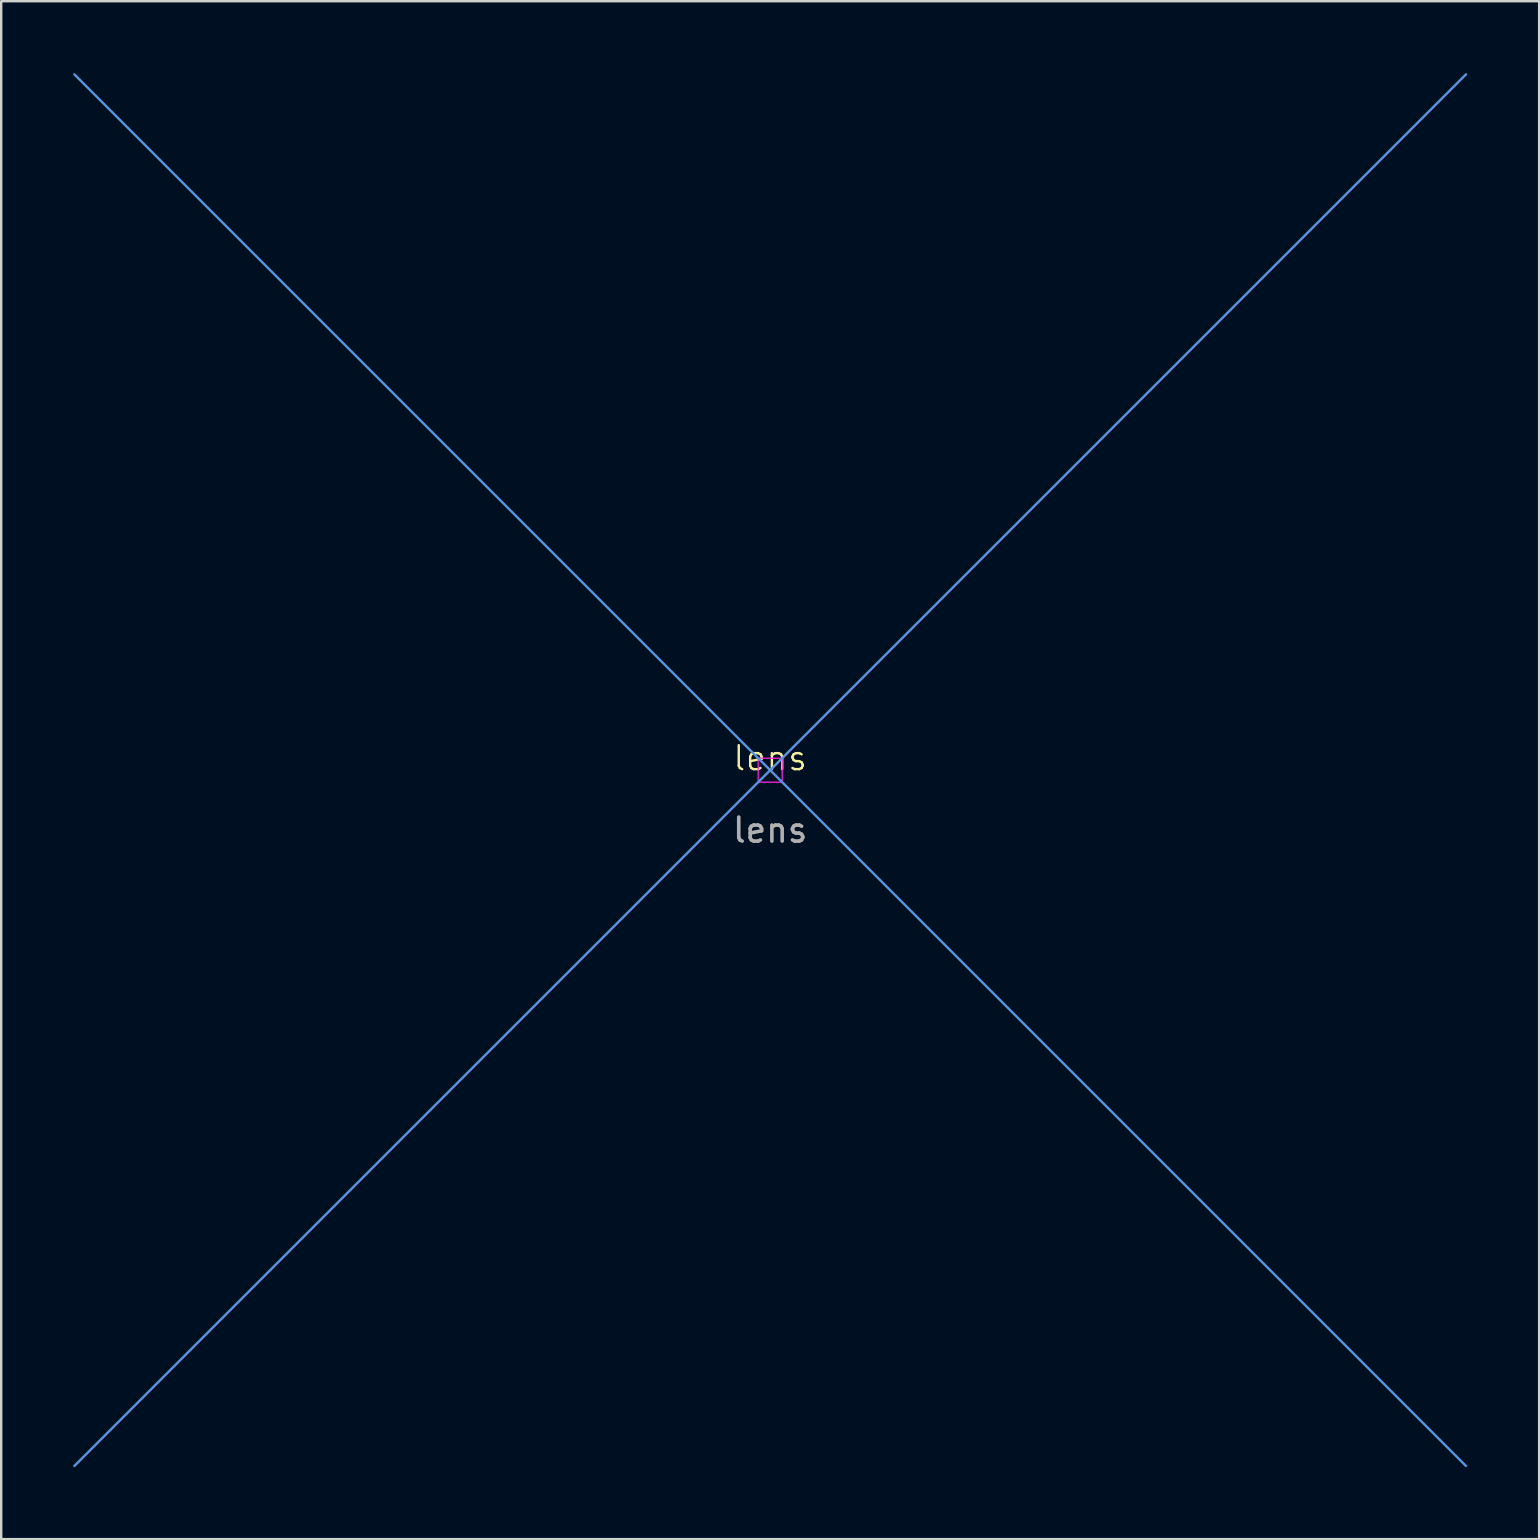
<source format=kicad_pcb>
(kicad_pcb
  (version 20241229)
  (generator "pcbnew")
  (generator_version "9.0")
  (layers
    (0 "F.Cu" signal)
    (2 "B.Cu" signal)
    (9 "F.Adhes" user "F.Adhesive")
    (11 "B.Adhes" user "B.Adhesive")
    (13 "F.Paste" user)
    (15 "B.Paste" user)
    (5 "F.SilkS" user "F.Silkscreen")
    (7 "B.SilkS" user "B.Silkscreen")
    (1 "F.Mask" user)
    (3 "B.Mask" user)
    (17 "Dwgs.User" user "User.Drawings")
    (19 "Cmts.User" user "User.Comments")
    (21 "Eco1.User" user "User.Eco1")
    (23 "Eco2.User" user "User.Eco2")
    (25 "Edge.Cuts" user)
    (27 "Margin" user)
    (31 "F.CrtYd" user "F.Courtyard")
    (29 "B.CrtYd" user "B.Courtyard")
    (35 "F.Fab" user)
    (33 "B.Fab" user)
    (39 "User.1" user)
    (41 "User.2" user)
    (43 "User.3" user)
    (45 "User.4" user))
  (footprint "lens"
    (layer "F.Cu")
    (at 29.05 29.05)
    (property "Reference" "lens" (at 0 -0.5 0) (unlocked yes) (layer "F.SilkS") (effects (font (size 1 1) (thickness 0.1))))
    (attr smd)
    (fp_line (start 0 0) (end -29 -29) (stroke (width 0.1) (type default)) (layer "Cmts.User"))
    (fp_line (start 0 0) (end -29 29) (stroke (width 0.1) (type default)) (layer "Cmts.User"))
    (fp_line (start 0 0) (end 29 -29) (stroke (width 0.1) (type default)) (layer "Cmts.User"))
    (fp_line (start 0 0) (end 29 29) (stroke (width 0.1) (type default)) (layer "Cmts.User"))
    (fp_rect (start -0.5 -0.5) (end 0.5 0.5) (stroke (width 0.05) (type default)) (fill no) (layer "F.CrtYd"))
    (fp_text user "${REFERENCE}" (at 0 2.5 0) (unlocked yes) (layer "F.Fab") (effects (font (size 1 1) (thickness 0.15)))))
  (gr_rect
    (start -3 -3)
    (end 61.1 61.1)
    (stroke (width 0.1) (type default))
    (fill no)
    (layer "Edge.Cuts")))
</source>
